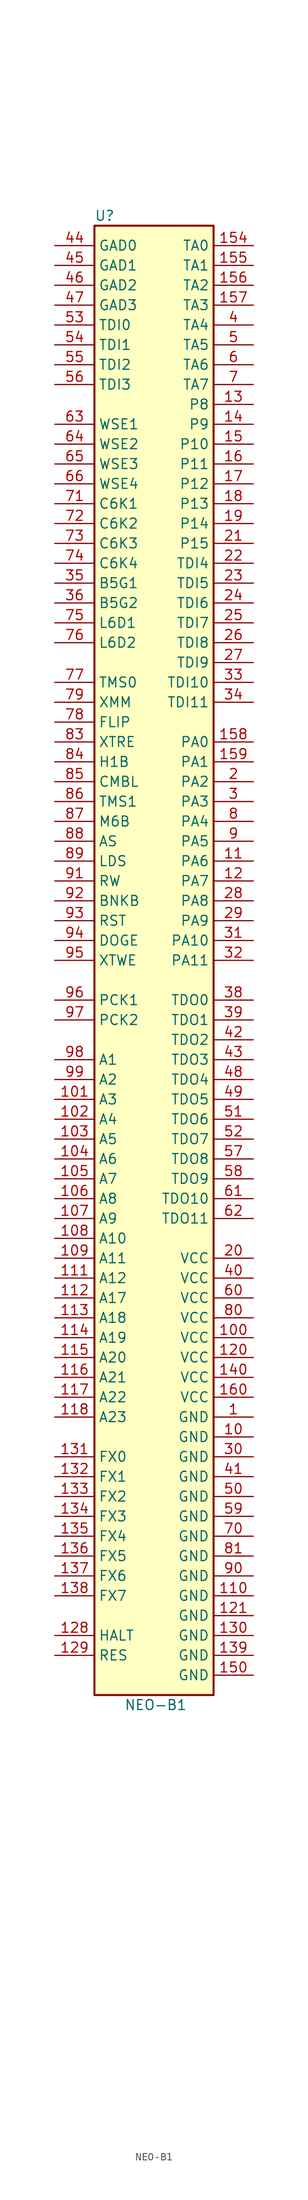
<source format=kicad_sym>
(kicad_symbol_lib
  (version 20211014)
  (generator kicad_symbol_editor)
  (symbol "NEO-B1"
    (property "Reference" "U"
      (at 5.08 3.81 0)
      (effects (font (size 1.27 1.27)) (justify left)))
    (property "Value" "NEO-B1"
      (at 8.89 -186.69 0)
      (effects (font (size 1.27 1.27)) (justify left)))
    (property "ki_locked" ""
      (at 0 0 0)
      (effects (font (size 1.27 1.27))))
    (symbol "NEO-B1_1_1"
      (rectangle (start 5.08 2.54) (end 20.32 -185.42) (stroke (width 0.254) (type default) (color 0 0 0 0)) (fill (type background)))
      (pin power_in line (at 25.4 -149.86 180) (length 5.08) (name "GND" (effects (font (size 1.27 1.27)))) (number "1" (effects (font (size 1.27 1.27)))))
      (pin power_in line (at 25.4 -152.4 180) (length 5.08) (name "GND" (effects (font (size 1.27 1.27)))) (number "10" (effects (font (size 1.27 1.27)))))
      (pin power_in line (at 25.4 -139.7 180) (length 5.08) (name "VCC" (effects (font (size 1.27 1.27)))) (number "100" (effects (font (size 1.27 1.27)))))
      (pin bidirectional line (at 0 -109.22 0) (length 5.08) (name "A3" (effects (font (size 1.27 1.27)))) (number "101" (effects (font (size 1.27 1.27)))))
      (pin bidirectional line (at 0 -111.76 0) (length 5.08) (name "A4" (effects (font (size 1.27 1.27)))) (number "102" (effects (font (size 1.27 1.27)))))
      (pin bidirectional line (at 0 -114.3 0) (length 5.08) (name "A5" (effects (font (size 1.27 1.27)))) (number "103" (effects (font (size 1.27 1.27)))))
      (pin bidirectional line (at 0 -116.84 0) (length 5.08) (name "A6" (effects (font (size 1.27 1.27)))) (number "104" (effects (font (size 1.27 1.27)))))
      (pin bidirectional line (at 0 -119.38 0) (length 5.08) (name "A7" (effects (font (size 1.27 1.27)))) (number "105" (effects (font (size 1.27 1.27)))))
      (pin bidirectional line (at 0 -121.92 0) (length 5.08) (name "A8" (effects (font (size 1.27 1.27)))) (number "106" (effects (font (size 1.27 1.27)))))
      (pin bidirectional line (at 0 -124.46 0) (length 5.08) (name "A9" (effects (font (size 1.27 1.27)))) (number "107" (effects (font (size 1.27 1.27)))))
      (pin bidirectional line (at 0 -127 0) (length 5.08) (name "A10" (effects (font (size 1.27 1.27)))) (number "108" (effects (font (size 1.27 1.27)))))
      (pin bidirectional line (at 0 -129.54 0) (length 5.08) (name "A11" (effects (font (size 1.27 1.27)))) (number "109" (effects (font (size 1.27 1.27)))))
      (pin bidirectional line (at 25.4 -78.74 180) (length 5.08) (name "PA6" (effects (font (size 1.27 1.27)))) (number "11" (effects (font (size 1.27 1.27)))))
      (pin power_in line (at 25.4 -172.72 180) (length 5.08) (name "GND" (effects (font (size 1.27 1.27)))) (number "110" (effects (font (size 1.27 1.27)))))
      (pin bidirectional line (at 0 -132.08 0) (length 5.08) (name "A12" (effects (font (size 1.27 1.27)))) (number "111" (effects (font (size 1.27 1.27)))))
      (pin bidirectional line (at 0 -134.62 0) (length 5.08) (name "A17" (effects (font (size 1.27 1.27)))) (number "112" (effects (font (size 1.27 1.27)))))
      (pin bidirectional line (at 0 -137.16 0) (length 5.08) (name "A18" (effects (font (size 1.27 1.27)))) (number "113" (effects (font (size 1.27 1.27)))))
      (pin bidirectional line (at 0 -139.7 0) (length 5.08) (name "A19" (effects (font (size 1.27 1.27)))) (number "114" (effects (font (size 1.27 1.27)))))
      (pin bidirectional line (at 0 -142.24 0) (length 5.08) (name "A20" (effects (font (size 1.27 1.27)))) (number "115" (effects (font (size 1.27 1.27)))))
      (pin bidirectional line (at 0 -144.78 0) (length 5.08) (name "A21" (effects (font (size 1.27 1.27)))) (number "116" (effects (font (size 1.27 1.27)))))
      (pin bidirectional line (at 0 -147.32 0) (length 5.08) (name "A22" (effects (font (size 1.27 1.27)))) (number "117" (effects (font (size 1.27 1.27)))))
      (pin bidirectional line (at 0 -149.86 0) (length 5.08) (name "A23" (effects (font (size 1.27 1.27)))) (number "118" (effects (font (size 1.27 1.27)))))
      (pin no_connect line (at 0 -205.74 0) (length 5.08) hide (name "NC" (effects (font (size 1.27 1.27)))) (number "119" (effects (font (size 0 0)))))
      (pin bidirectional line (at 25.4 -81.28 180) (length 5.08) (name "PA7" (effects (font (size 1.27 1.27)))) (number "12" (effects (font (size 1.27 1.27)))))
      (pin power_in line (at 25.4 -142.24 180) (length 5.08) (name "VCC" (effects (font (size 1.27 1.27)))) (number "120" (effects (font (size 1.27 1.27)))))
      (pin power_in line (at 25.4 -175.26 180) (length 5.08) (name "GND" (effects (font (size 1.27 1.27)))) (number "121" (effects (font (size 1.27 1.27)))))
      (pin no_connect line (at 0 -208.28 0) (length 5.08) hide (name "NC" (effects (font (size 1.27 1.27)))) (number "122" (effects (font (size 0 0)))))
      (pin no_connect line (at 0 -210.82 0) (length 5.08) hide (name "NC" (effects (font (size 1.27 1.27)))) (number "123" (effects (font (size 0 0)))))
      (pin no_connect line (at 0 -213.36 0) (length 5.08) hide (name "NC" (effects (font (size 1.27 1.27)))) (number "124" (effects (font (size 0 0)))))
      (pin no_connect line (at 0 -215.9 0) (length 5.08) hide (name "NC" (effects (font (size 1.27 1.27)))) (number "125" (effects (font (size 0 0)))))
      (pin no_connect line (at 0 -218.44 0) (length 5.08) hide (name "NC" (effects (font (size 1.27 1.27)))) (number "126" (effects (font (size 0 0)))))
      (pin no_connect line (at 0 -220.98 0) (length 5.08) hide (name "NC" (effects (font (size 1.27 1.27)))) (number "127" (effects (font (size 0 0)))))
      (pin bidirectional line (at 0 -177.8 0) (length 5.08) (name "HALT" (effects (font (size 1.27 1.27)))) (number "128" (effects (font (size 1.27 1.27)))))
      (pin bidirectional line (at 0 -180.34 0) (length 5.08) (name "RES" (effects (font (size 1.27 1.27)))) (number "129" (effects (font (size 1.27 1.27)))))
      (pin bidirectional line (at 25.4 -20.32 180) (length 5.08) (name "P8" (effects (font (size 1.27 1.27)))) (number "13" (effects (font (size 1.27 1.27)))))
      (pin power_in line (at 25.4 -177.8 180) (length 5.08) (name "GND" (effects (font (size 1.27 1.27)))) (number "130" (effects (font (size 1.27 1.27)))))
      (pin bidirectional line (at 0 -154.94 0) (length 5.08) (name "FX0" (effects (font (size 1.27 1.27)))) (number "131" (effects (font (size 1.27 1.27)))))
      (pin bidirectional line (at 0 -157.48 0) (length 5.08) (name "FX1" (effects (font (size 1.27 1.27)))) (number "132" (effects (font (size 1.27 1.27)))))
      (pin bidirectional line (at 0 -160.02 0) (length 5.08) (name "FX2" (effects (font (size 1.27 1.27)))) (number "133" (effects (font (size 1.27 1.27)))))
      (pin bidirectional line (at 0 -162.56 0) (length 5.08) (name "FX3" (effects (font (size 1.27 1.27)))) (number "134" (effects (font (size 1.27 1.27)))))
      (pin bidirectional line (at 0 -165.1 0) (length 5.08) (name "FX4" (effects (font (size 1.27 1.27)))) (number "135" (effects (font (size 1.27 1.27)))))
      (pin bidirectional line (at 0 -167.64 0) (length 5.08) (name "FX5" (effects (font (size 1.27 1.27)))) (number "136" (effects (font (size 1.27 1.27)))))
      (pin bidirectional line (at 0 -170.18 0) (length 5.08) (name "FX6" (effects (font (size 1.27 1.27)))) (number "137" (effects (font (size 1.27 1.27)))))
      (pin bidirectional line (at 0 -172.72 0) (length 5.08) (name "FX7" (effects (font (size 1.27 1.27)))) (number "138" (effects (font (size 1.27 1.27)))))
      (pin power_in line (at 25.4 -180.34 180) (length 5.08) (name "GND" (effects (font (size 1.27 1.27)))) (number "139" (effects (font (size 1.27 1.27)))))
      (pin bidirectional line (at 25.4 -22.86 180) (length 5.08) (name "P9" (effects (font (size 1.27 1.27)))) (number "14" (effects (font (size 1.27 1.27)))))
      (pin power_in line (at 25.4 -144.78 180) (length 5.08) (name "VCC" (effects (font (size 1.27 1.27)))) (number "140" (effects (font (size 1.27 1.27)))))
      (pin no_connect line (at 25.4 -193.04 180) (length 5.08) hide (name "NC" (effects (font (size 1.27 1.27)))) (number "141" (effects (font (size 0 0)))))
      (pin no_connect line (at 25.4 -195.58 180) (length 5.08) hide (name "NC" (effects (font (size 1.27 1.27)))) (number "142" (effects (font (size 0 0)))))
      (pin no_connect line (at 25.4 -198.12 180) (length 5.08) hide (name "NC" (effects (font (size 1.27 1.27)))) (number "143" (effects (font (size 0 0)))))
      (pin no_connect line (at 25.4 -200.66 180) (length 5.08) hide (name "NC" (effects (font (size 1.27 1.27)))) (number "144" (effects (font (size 0 0)))))
      (pin no_connect line (at 25.4 -203.2 180) (length 5.08) hide (name "NC" (effects (font (size 1.27 1.27)))) (number "145" (effects (font (size 0 0)))))
      (pin no_connect line (at 25.4 -205.74 180) (length 5.08) hide (name "NC" (effects (font (size 1.27 1.27)))) (number "146" (effects (font (size 0 0)))))
      (pin no_connect line (at 25.4 -208.28 180) (length 5.08) hide (name "NC" (effects (font (size 1.27 1.27)))) (number "147" (effects (font (size 0 0)))))
      (pin no_connect line (at 25.4 -210.82 180) (length 5.08) hide (name "NC" (effects (font (size 1.27 1.27)))) (number "148" (effects (font (size 0 0)))))
      (pin no_connect line (at 25.4 -213.36 180) (length 5.08) hide (name "NC" (effects (font (size 1.27 1.27)))) (number "149" (effects (font (size 0 0)))))
      (pin bidirectional line (at 25.4 -25.4 180) (length 5.08) (name "P10" (effects (font (size 1.27 1.27)))) (number "15" (effects (font (size 1.27 1.27)))))
      (pin power_in line (at 25.4 -182.88 180) (length 5.08) (name "GND" (effects (font (size 1.27 1.27)))) (number "150" (effects (font (size 1.27 1.27)))))
      (pin no_connect line (at 25.4 -215.9 180) (length 5.08) hide (name "NC" (effects (font (size 1.27 1.27)))) (number "151" (effects (font (size 0 0)))))
      (pin no_connect line (at 25.4 -218.44 180) (length 5.08) hide (name "NC" (effects (font (size 1.27 1.27)))) (number "152" (effects (font (size 0 0)))))
      (pin no_connect line (at 25.4 -220.98 180) (length 5.08) hide (name "NC" (effects (font (size 1.27 1.27)))) (number "153" (effects (font (size 0 0)))))
      (pin bidirectional line (at 25.4 0 180) (length 5.08) (name "TA0" (effects (font (size 1.27 1.27)))) (number "154" (effects (font (size 1.27 1.27)))))
      (pin bidirectional line (at 25.4 -2.54 180) (length 5.08) (name "TA1" (effects (font (size 1.27 1.27)))) (number "155" (effects (font (size 1.27 1.27)))))
      (pin bidirectional line (at 25.4 -5.08 180) (length 5.08) (name "TA2" (effects (font (size 1.27 1.27)))) (number "156" (effects (font (size 1.27 1.27)))))
      (pin bidirectional line (at 25.4 -7.62 180) (length 5.08) (name "TA3" (effects (font (size 1.27 1.27)))) (number "157" (effects (font (size 1.27 1.27)))))
      (pin bidirectional line (at 25.4 -63.5 180) (length 5.08) (name "PA0" (effects (font (size 1.27 1.27)))) (number "158" (effects (font (size 1.27 1.27)))))
      (pin bidirectional line (at 25.4 -66.04 180) (length 5.08) (name "PA1" (effects (font (size 1.27 1.27)))) (number "159" (effects (font (size 1.27 1.27)))))
      (pin bidirectional line (at 25.4 -27.94 180) (length 5.08) (name "P11" (effects (font (size 1.27 1.27)))) (number "16" (effects (font (size 1.27 1.27)))))
      (pin power_in line (at 25.4 -147.32 180) (length 5.08) (name "VCC" (effects (font (size 1.27 1.27)))) (number "160" (effects (font (size 1.27 1.27)))))
      (pin bidirectional line (at 25.4 -30.48 180) (length 5.08) (name "P12" (effects (font (size 1.27 1.27)))) (number "17" (effects (font (size 1.27 1.27)))))
      (pin bidirectional line (at 25.4 -33.02 180) (length 5.08) (name "P13" (effects (font (size 1.27 1.27)))) (number "18" (effects (font (size 1.27 1.27)))))
      (pin bidirectional line (at 25.4 -35.56 180) (length 5.08) (name "P14" (effects (font (size 1.27 1.27)))) (number "19" (effects (font (size 1.27 1.27)))))
      (pin bidirectional line (at 25.4 -68.58 180) (length 5.08) (name "PA2" (effects (font (size 1.27 1.27)))) (number "2" (effects (font (size 1.27 1.27)))))
      (pin power_in line (at 25.4 -129.54 180) (length 5.08) (name "VCC" (effects (font (size 1.27 1.27)))) (number "20" (effects (font (size 1.27 1.27)))))
      (pin bidirectional line (at 25.4 -38.1 180) (length 5.08) (name "P15" (effects (font (size 1.27 1.27)))) (number "21" (effects (font (size 1.27 1.27)))))
      (pin bidirectional line (at 25.4 -40.64 180) (length 5.08) (name "TDI4" (effects (font (size 1.27 1.27)))) (number "22" (effects (font (size 1.27 1.27)))))
      (pin bidirectional line (at 25.4 -43.18 180) (length 5.08) (name "TDI5" (effects (font (size 1.27 1.27)))) (number "23" (effects (font (size 1.27 1.27)))))
      (pin bidirectional line (at 25.4 -45.72 180) (length 5.08) (name "TDI6" (effects (font (size 1.27 1.27)))) (number "24" (effects (font (size 1.27 1.27)))))
      (pin bidirectional line (at 25.4 -48.26 180) (length 5.08) (name "TDI7" (effects (font (size 1.27 1.27)))) (number "25" (effects (font (size 1.27 1.27)))))
      (pin bidirectional line (at 25.4 -50.8 180) (length 5.08) (name "TDI8" (effects (font (size 1.27 1.27)))) (number "26" (effects (font (size 1.27 1.27)))))
      (pin bidirectional line (at 25.4 -53.34 180) (length 5.08) (name "TDI9" (effects (font (size 1.27 1.27)))) (number "27" (effects (font (size 1.27 1.27)))))
      (pin bidirectional line (at 25.4 -83.82 180) (length 5.08) (name "PA8" (effects (font (size 1.27 1.27)))) (number "28" (effects (font (size 1.27 1.27)))))
      (pin bidirectional line (at 25.4 -86.36 180) (length 5.08) (name "PA9" (effects (font (size 1.27 1.27)))) (number "29" (effects (font (size 1.27 1.27)))))
      (pin bidirectional line (at 25.4 -71.12 180) (length 5.08) (name "PA3" (effects (font (size 1.27 1.27)))) (number "3" (effects (font (size 1.27 1.27)))))
      (pin power_in line (at 25.4 -154.94 180) (length 5.08) (name "GND" (effects (font (size 1.27 1.27)))) (number "30" (effects (font (size 1.27 1.27)))))
      (pin bidirectional line (at 25.4 -88.9 180) (length 5.08) (name "PA10" (effects (font (size 1.27 1.27)))) (number "31" (effects (font (size 1.27 1.27)))))
      (pin bidirectional line (at 25.4 -91.44 180) (length 5.08) (name "PA11" (effects (font (size 1.27 1.27)))) (number "32" (effects (font (size 1.27 1.27)))))
      (pin bidirectional line (at 25.4 -55.88 180) (length 5.08) (name "TDI10" (effects (font (size 1.27 1.27)))) (number "33" (effects (font (size 1.27 1.27)))))
      (pin bidirectional line (at 25.4 -58.42 180) (length 5.08) (name "TDI11" (effects (font (size 1.27 1.27)))) (number "34" (effects (font (size 1.27 1.27)))))
      (pin bidirectional line (at 0 -43.18 0) (length 5.08) (name "B5G1" (effects (font (size 1.27 1.27)))) (number "35" (effects (font (size 1.27 1.27)))))
      (pin bidirectional line (at 0 -45.72 0) (length 5.08) (name "B5G2" (effects (font (size 1.27 1.27)))) (number "36" (effects (font (size 1.27 1.27)))))
      (pin no_connect line (at 0 -193.04 0) (length 5.08) hide (name "NC" (effects (font (size 1.27 1.27)))) (number "37" (effects (font (size 0 0)))))
      (pin bidirectional line (at 25.4 -96.52 180) (length 5.08) (name "TDO0" (effects (font (size 1.27 1.27)))) (number "38" (effects (font (size 1.27 1.27)))))
      (pin bidirectional line (at 25.4 -99.06 180) (length 5.08) (name "TDO1" (effects (font (size 1.27 1.27)))) (number "39" (effects (font (size 1.27 1.27)))))
      (pin bidirectional line (at 25.4 -10.16 180) (length 5.08) (name "TA4" (effects (font (size 1.27 1.27)))) (number "4" (effects (font (size 1.27 1.27)))))
      (pin power_in line (at 25.4 -132.08 180) (length 5.08) (name "VCC" (effects (font (size 1.27 1.27)))) (number "40" (effects (font (size 1.27 1.27)))))
      (pin power_in line (at 25.4 -157.48 180) (length 5.08) (name "GND" (effects (font (size 1.27 1.27)))) (number "41" (effects (font (size 1.27 1.27)))))
      (pin bidirectional line (at 25.4 -101.6 180) (length 5.08) (name "TDO2" (effects (font (size 1.27 1.27)))) (number "42" (effects (font (size 1.27 1.27)))))
      (pin bidirectional line (at 25.4 -104.14 180) (length 5.08) (name "TDO3" (effects (font (size 1.27 1.27)))) (number "43" (effects (font (size 1.27 1.27)))))
      (pin bidirectional line (at 0 0 0) (length 5.08) (name "GAD0" (effects (font (size 1.27 1.27)))) (number "44" (effects (font (size 1.27 1.27)))))
      (pin bidirectional line (at 0 -2.54 0) (length 5.08) (name "GAD1" (effects (font (size 1.27 1.27)))) (number "45" (effects (font (size 1.27 1.27)))))
      (pin bidirectional line (at 0 -5.08 0) (length 5.08) (name "GAD2" (effects (font (size 1.27 1.27)))) (number "46" (effects (font (size 1.27 1.27)))))
      (pin bidirectional line (at 0 -7.62 0) (length 5.08) (name "GAD3" (effects (font (size 1.27 1.27)))) (number "47" (effects (font (size 1.27 1.27)))))
      (pin bidirectional line (at 25.4 -106.68 180) (length 5.08) (name "TDO4" (effects (font (size 1.27 1.27)))) (number "48" (effects (font (size 1.27 1.27)))))
      (pin bidirectional line (at 25.4 -109.22 180) (length 5.08) (name "TDO5" (effects (font (size 1.27 1.27)))) (number "49" (effects (font (size 1.27 1.27)))))
      (pin bidirectional line (at 25.4 -12.7 180) (length 5.08) (name "TA5" (effects (font (size 1.27 1.27)))) (number "5" (effects (font (size 1.27 1.27)))))
      (pin power_in line (at 25.4 -160.02 180) (length 5.08) (name "GND" (effects (font (size 1.27 1.27)))) (number "50" (effects (font (size 1.27 1.27)))))
      (pin bidirectional line (at 25.4 -111.76 180) (length 5.08) (name "TDO6" (effects (font (size 1.27 1.27)))) (number "51" (effects (font (size 1.27 1.27)))))
      (pin bidirectional line (at 25.4 -114.3 180) (length 5.08) (name "TDO7" (effects (font (size 1.27 1.27)))) (number "52" (effects (font (size 1.27 1.27)))))
      (pin bidirectional line (at 0 -10.16 0) (length 5.08) (name "TDI0" (effects (font (size 1.27 1.27)))) (number "53" (effects (font (size 1.27 1.27)))))
      (pin bidirectional line (at 0 -12.7 0) (length 5.08) (name "TDI1" (effects (font (size 1.27 1.27)))) (number "54" (effects (font (size 1.27 1.27)))))
      (pin bidirectional line (at 0 -15.24 0) (length 5.08) (name "TDI2" (effects (font (size 1.27 1.27)))) (number "55" (effects (font (size 1.27 1.27)))))
      (pin bidirectional line (at 0 -17.78 0) (length 5.08) (name "TDI3" (effects (font (size 1.27 1.27)))) (number "56" (effects (font (size 1.27 1.27)))))
      (pin bidirectional line (at 25.4 -116.84 180) (length 5.08) (name "TDO8" (effects (font (size 1.27 1.27)))) (number "57" (effects (font (size 1.27 1.27)))))
      (pin bidirectional line (at 25.4 -119.38 180) (length 5.08) (name "TDO9" (effects (font (size 1.27 1.27)))) (number "58" (effects (font (size 1.27 1.27)))))
      (pin power_in line (at 25.4 -162.56 180) (length 5.08) (name "GND" (effects (font (size 1.27 1.27)))) (number "59" (effects (font (size 1.27 1.27)))))
      (pin bidirectional line (at 25.4 -15.24 180) (length 5.08) (name "TA6" (effects (font (size 1.27 1.27)))) (number "6" (effects (font (size 1.27 1.27)))))
      (pin power_in line (at 25.4 -134.62 180) (length 5.08) (name "VCC" (effects (font (size 1.27 1.27)))) (number "60" (effects (font (size 1.27 1.27)))))
      (pin bidirectional line (at 25.4 -121.92 180) (length 5.08) (name "TDO10" (effects (font (size 1.27 1.27)))) (number "61" (effects (font (size 1.27 1.27)))))
      (pin bidirectional line (at 25.4 -124.46 180) (length 5.08) (name "TDO11" (effects (font (size 1.27 1.27)))) (number "62" (effects (font (size 1.27 1.27)))))
      (pin bidirectional line (at 0 -22.86 0) (length 5.08) (name "WSE1" (effects (font (size 1.27 1.27)))) (number "63" (effects (font (size 1.27 1.27)))))
      (pin bidirectional line (at 0 -25.4 0) (length 5.08) (name "WSE2" (effects (font (size 1.27 1.27)))) (number "64" (effects (font (size 1.27 1.27)))))
      (pin bidirectional line (at 0 -27.94 0) (length 5.08) (name "WSE3" (effects (font (size 1.27 1.27)))) (number "65" (effects (font (size 1.27 1.27)))))
      (pin bidirectional line (at 0 -30.48 0) (length 5.08) (name "WSE4" (effects (font (size 1.27 1.27)))) (number "66" (effects (font (size 1.27 1.27)))))
      (pin no_connect line (at 0 -195.58 0) (length 5.08) hide (name "NC" (effects (font (size 1.27 1.27)))) (number "67" (effects (font (size 0 0)))))
      (pin no_connect line (at 0 -198.12 0) (length 5.08) hide (name "NC" (effects (font (size 1.27 1.27)))) (number "68" (effects (font (size 0 0)))))
      (pin no_connect line (at 0 -200.66 0) (length 5.08) hide (name "NC" (effects (font (size 1.27 1.27)))) (number "69" (effects (font (size 0 0)))))
      (pin bidirectional line (at 25.4 -17.78 180) (length 5.08) (name "TA7" (effects (font (size 1.27 1.27)))) (number "7" (effects (font (size 1.27 1.27)))))
      (pin power_in line (at 25.4 -165.1 180) (length 5.08) (name "GND" (effects (font (size 1.27 1.27)))) (number "70" (effects (font (size 1.27 1.27)))))
      (pin bidirectional line (at 0 -33.02 0) (length 5.08) (name "C6K1" (effects (font (size 1.27 1.27)))) (number "71" (effects (font (size 1.27 1.27)))))
      (pin bidirectional line (at 0 -35.56 0) (length 5.08) (name "C6K2" (effects (font (size 1.27 1.27)))) (number "72" (effects (font (size 1.27 1.27)))))
      (pin bidirectional line (at 0 -38.1 0) (length 5.08) (name "C6K3" (effects (font (size 1.27 1.27)))) (number "73" (effects (font (size 1.27 1.27)))))
      (pin bidirectional line (at 0 -40.64 0) (length 5.08) (name "C6K4" (effects (font (size 1.27 1.27)))) (number "74" (effects (font (size 1.27 1.27)))))
      (pin bidirectional line (at 0 -48.26 0) (length 5.08) (name "L6D1" (effects (font (size 1.27 1.27)))) (number "75" (effects (font (size 1.27 1.27)))))
      (pin bidirectional line (at 0 -50.8 0) (length 5.08) (name "L6D2" (effects (font (size 1.27 1.27)))) (number "76" (effects (font (size 1.27 1.27)))))
      (pin bidirectional line (at 0 -55.88 0) (length 5.08) (name "TMS0" (effects (font (size 1.27 1.27)))) (number "77" (effects (font (size 1.27 1.27)))))
      (pin input line (at 0 -60.96 0) (length 5.08) (name "FLIP" (effects (font (size 1.27 1.27)))) (number "78" (effects (font (size 1.27 1.27)))))
      (pin input line (at 0 -58.42 0) (length 5.08) (name "XMM" (effects (font (size 1.27 1.27)))) (number "79" (effects (font (size 1.27 1.27)))))
      (pin bidirectional line (at 25.4 -73.66 180) (length 5.08) (name "PA4" (effects (font (size 1.27 1.27)))) (number "8" (effects (font (size 1.27 1.27)))))
      (pin power_in line (at 25.4 -137.16 180) (length 5.08) (name "VCC" (effects (font (size 1.27 1.27)))) (number "80" (effects (font (size 1.27 1.27)))))
      (pin power_in line (at 25.4 -167.64 180) (length 5.08) (name "GND" (effects (font (size 1.27 1.27)))) (number "81" (effects (font (size 1.27 1.27)))))
      (pin no_connect line (at 0 -203.2 0) (length 5.08) hide (name "NC" (effects (font (size 1.27 1.27)))) (number "82" (effects (font (size 0 0)))))
      (pin bidirectional line (at 0 -63.5 0) (length 5.08) (name "XTRE" (effects (font (size 1.27 1.27)))) (number "83" (effects (font (size 1.27 1.27)))))
      (pin bidirectional line (at 0 -66.04 0) (length 5.08) (name "H1B" (effects (font (size 1.27 1.27)))) (number "84" (effects (font (size 1.27 1.27)))))
      (pin bidirectional line (at 0 -68.58 0) (length 5.08) (name "CMBL" (effects (font (size 1.27 1.27)))) (number "85" (effects (font (size 1.27 1.27)))))
      (pin bidirectional line (at 0 -71.12 0) (length 5.08) (name "TMS1" (effects (font (size 1.27 1.27)))) (number "86" (effects (font (size 1.27 1.27)))))
      (pin bidirectional line (at 0 -73.66 0) (length 5.08) (name "M6B" (effects (font (size 1.27 1.27)))) (number "87" (effects (font (size 1.27 1.27)))))
      (pin bidirectional line (at 0 -76.2 0) (length 5.08) (name "AS" (effects (font (size 1.27 1.27)))) (number "88" (effects (font (size 1.27 1.27)))))
      (pin bidirectional line (at 0 -78.74 0) (length 5.08) (name "LDS" (effects (font (size 1.27 1.27)))) (number "89" (effects (font (size 1.27 1.27)))))
      (pin bidirectional line (at 25.4 -76.2 180) (length 5.08) (name "PA5" (effects (font (size 1.27 1.27)))) (number "9" (effects (font (size 1.27 1.27)))))
      (pin power_in line (at 25.4 -170.18 180) (length 5.08) (name "GND" (effects (font (size 1.27 1.27)))) (number "90" (effects (font (size 1.27 1.27)))))
      (pin bidirectional line (at 0 -81.28 0) (length 5.08) (name "RW" (effects (font (size 1.27 1.27)))) (number "91" (effects (font (size 1.27 1.27)))))
      (pin bidirectional line (at 0 -83.82 0) (length 5.08) (name "BNKB" (effects (font (size 1.27 1.27)))) (number "92" (effects (font (size 1.27 1.27)))))
      (pin bidirectional line (at 0 -86.36 0) (length 5.08) (name "RST" (effects (font (size 1.27 1.27)))) (number "93" (effects (font (size 1.27 1.27)))))
      (pin bidirectional line (at 0 -88.9 0) (length 5.08) (name "DOGE" (effects (font (size 1.27 1.27)))) (number "94" (effects (font (size 1.27 1.27)))))
      (pin bidirectional line (at 0 -91.44 0) (length 5.08) (name "XTWE" (effects (font (size 1.27 1.27)))) (number "95" (effects (font (size 1.27 1.27)))))
      (pin bidirectional line (at 0 -96.52 0) (length 5.08) (name "PCK1" (effects (font (size 1.27 1.27)))) (number "96" (effects (font (size 1.27 1.27)))))
      (pin bidirectional line (at 0 -99.06 0) (length 5.08) (name "PCK2" (effects (font (size 1.27 1.27)))) (number "97" (effects (font (size 1.27 1.27)))))
      (pin bidirectional line (at 0 -104.14 0) (length 5.08) (name "A1" (effects (font (size 1.27 1.27)))) (number "98" (effects (font (size 1.27 1.27)))))
      (pin bidirectional line (at 0 -106.68 0) (length 5.08) (name "A2" (effects (font (size 1.27 1.27)))) (number "99" (effects (font (size 1.27 1.27))))))))
</source>
